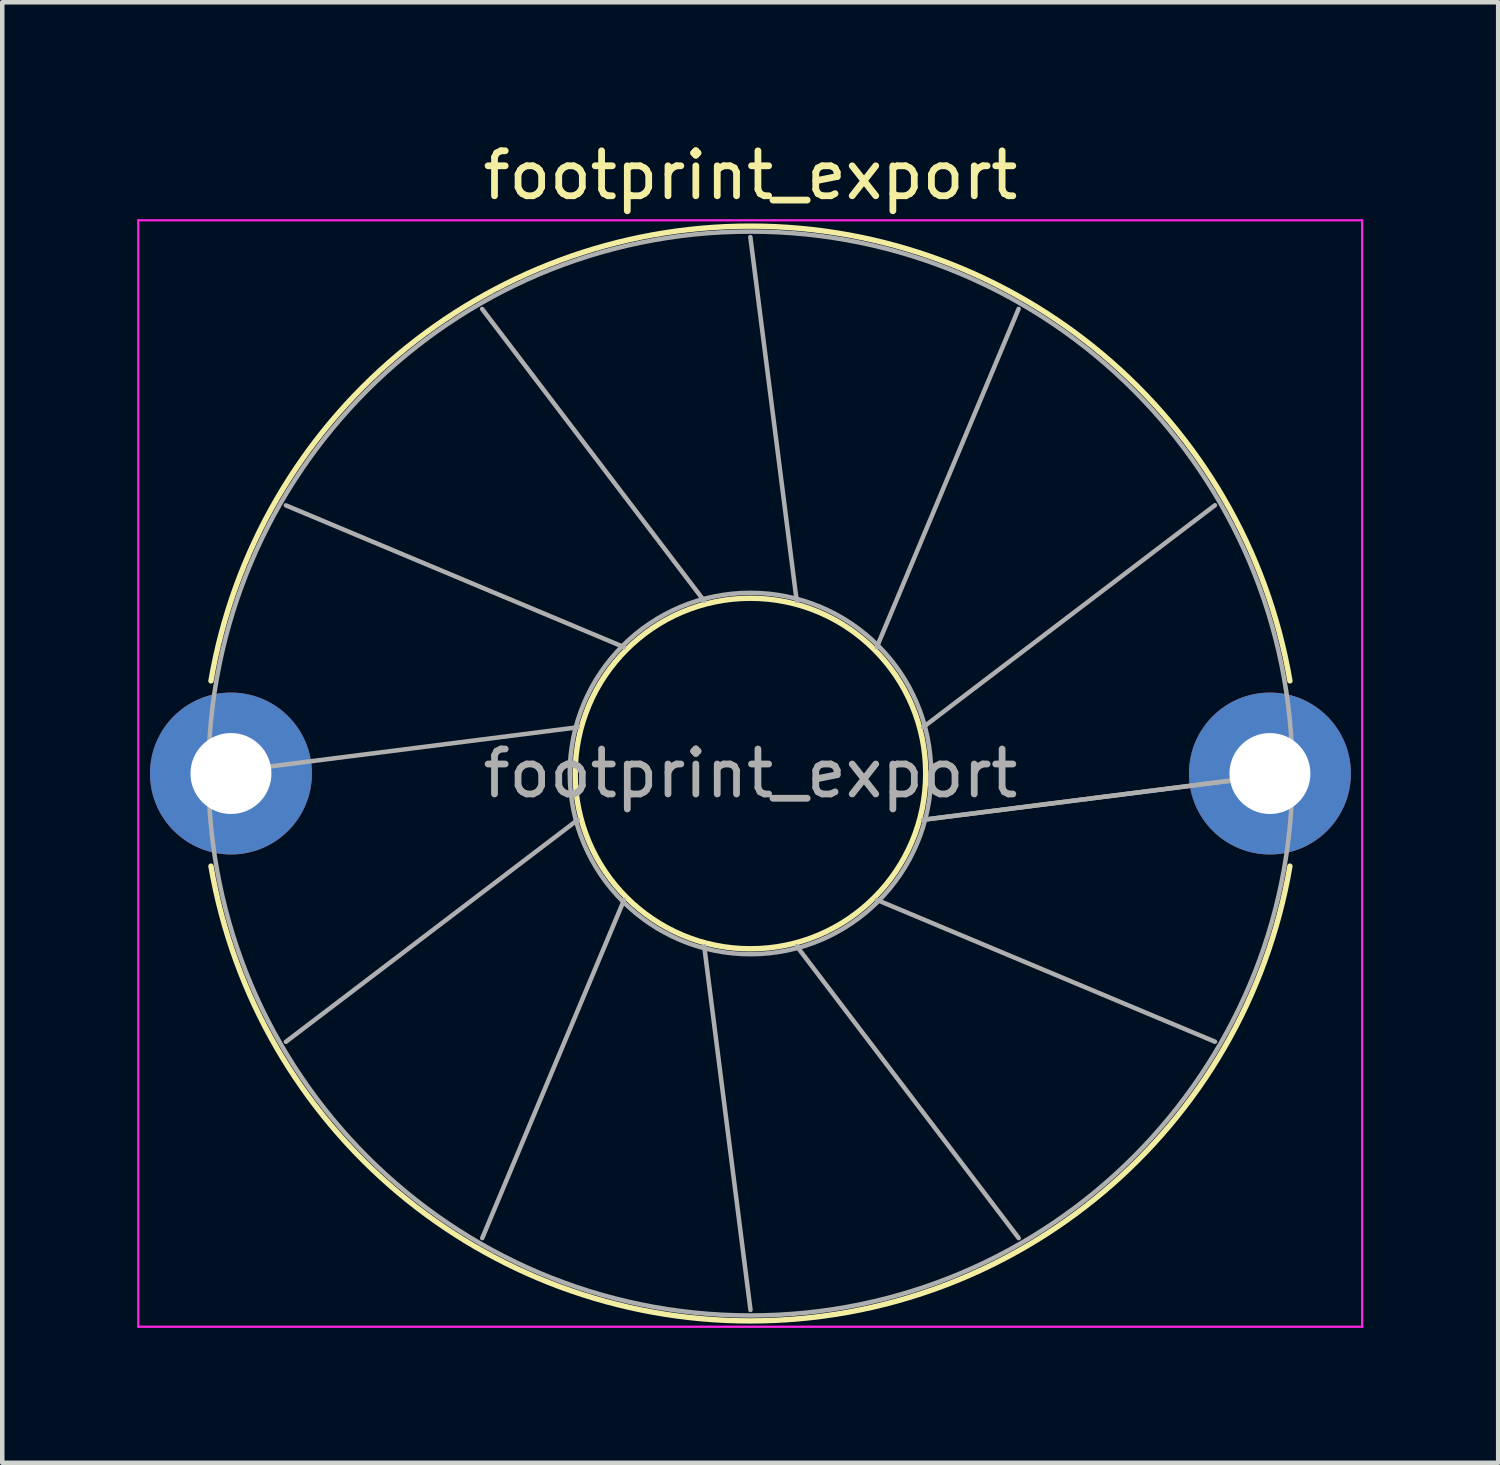
<source format=kicad_pcb>
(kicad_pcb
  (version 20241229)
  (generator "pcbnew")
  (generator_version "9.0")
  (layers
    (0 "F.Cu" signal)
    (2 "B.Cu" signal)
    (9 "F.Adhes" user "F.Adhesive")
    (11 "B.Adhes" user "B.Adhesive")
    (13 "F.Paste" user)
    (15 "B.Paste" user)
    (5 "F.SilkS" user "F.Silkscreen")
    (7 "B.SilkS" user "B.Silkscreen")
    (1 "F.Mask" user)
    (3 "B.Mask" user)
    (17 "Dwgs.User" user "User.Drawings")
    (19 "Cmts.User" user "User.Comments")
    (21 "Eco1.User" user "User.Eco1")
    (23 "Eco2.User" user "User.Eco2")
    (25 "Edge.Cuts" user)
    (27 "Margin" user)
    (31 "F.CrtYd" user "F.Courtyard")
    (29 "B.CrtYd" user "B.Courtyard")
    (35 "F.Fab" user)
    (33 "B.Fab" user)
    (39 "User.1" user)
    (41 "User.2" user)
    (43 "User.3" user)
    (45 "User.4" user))
  (footprint "footprint_export"
    (layer "F.Cu")
    (at 2.085 14.148)
    (property "Reference" "footprint_export" (at 11.55 -13.3 0) (layer "F.SilkS") (effects (font (size 1 1) (thickness 0.15))))
    (attr through_hole)
    (fp_arc (start -0.444386 -2.06) (mid 11.55 -12.17) (end 23.544386 -2.06) (stroke (width 0.12) (type solid)) (layer "F.SilkS"))
    (fp_arc (start 23.544386 2.06) (mid 11.55 12.17) (end -0.444386 2.06) (stroke (width 0.12) (type solid)) (layer "F.SilkS"))
    (fp_circle (center 11.55 0) (end 15.447 0) (stroke (width 0.12) (type solid)) (fill no) (layer "F.SilkS"))
    (fp_line (start -2.06 -12.3) (end -2.06 12.3) (stroke (width 0.05) (type solid)) (layer "F.CrtYd"))
    (fp_line (start -2.06 12.3) (end 25.15 12.3) (stroke (width 0.05) (type solid)) (layer "F.CrtYd"))
    (fp_line (start 25.15 -12.3) (end -2.06 -12.3) (stroke (width 0.05) (type solid)) (layer "F.CrtYd"))
    (fp_line (start 25.15 12.3) (end 25.15 -12.3) (stroke (width 0.05) (type solid)) (layer "F.CrtYd"))
    (fp_line (start -0.377 0.001) (end 7.711 -1.028) (stroke (width 0.1) (type solid)) (layer "F.Fab"))
    (fp_line (start 1.221 -5.962) (end 8.739 -2.81) (stroke (width 0.1) (type solid)) (layer "F.Fab"))
    (fp_line (start 1.222 5.964) (end 7.711 1.029) (stroke (width 0.1) (type solid)) (layer "F.Fab"))
    (fp_line (start 5.585 -10.328) (end 10.521 -3.839) (stroke (width 0.1) (type solid)) (layer "F.Fab"))
    (fp_line (start 5.587 10.329) (end 8.74 2.811) (stroke (width 0.1) (type solid)) (layer "F.Fab"))
    (fp_line (start 11.548 -11.927) (end 12.578 -3.839) (stroke (width 0.1) (type solid)) (layer "F.Fab"))
    (fp_line (start 11.551 11.927) (end 10.522 3.839) (stroke (width 0.1) (type solid)) (layer "F.Fab"))
    (fp_line (start 17.512 -10.33) (end 14.36 -2.811) (stroke (width 0.1) (type solid)) (layer "F.Fab"))
    (fp_line (start 17.514 10.329) (end 12.579 3.839) (stroke (width 0.1) (type solid)) (layer "F.Fab"))
    (fp_line (start 21.878 -5.965) (end 15.389 -1.029) (stroke (width 0.1) (type solid)) (layer "F.Fab"))
    (fp_line (start 21.879 5.963) (end 14.361 2.81) (stroke (width 0.1) (type solid)) (layer "F.Fab"))
    (fp_line (start 23.477 -0.002) (end 15.389 1.028) (stroke (width 0.1) (type solid)) (layer "F.Fab"))
    (fp_line (start 23.477 0) (end 15.389 1.029) (stroke (width 0.1) (type solid)) (layer "F.Fab"))
    (fp_circle (center 11.55 0) (end 15.567 0) (stroke (width 0.1) (type solid)) (fill no) (layer "F.Fab"))
    (fp_circle (center 11.55 0) (end 23.6 0) (stroke (width 0.1) (type solid)) (fill no) (layer "F.Fab"))
    (fp_text user "${REFERENCE}" (at 11.55 0 0) (layer "F.Fab") (effects (font (size 1 1) (thickness 0.15))))
    (pad "1" thru_hole circle (at 0 0) (size 3.6 3.6) (drill 1.8) (layers "*.Cu" "*.Mask"))
    (pad "2" thru_hole circle (at 23.1 0) (size 3.6 3.6) (drill 1.8) (layers "*.Cu" "*.Mask")))
  (gr_rect
    (start -3 -3)
    (end 30.26 29.473)
    (stroke (width 0.1) (type default))
    (fill no)
    (layer "Edge.Cuts")))
</source>
